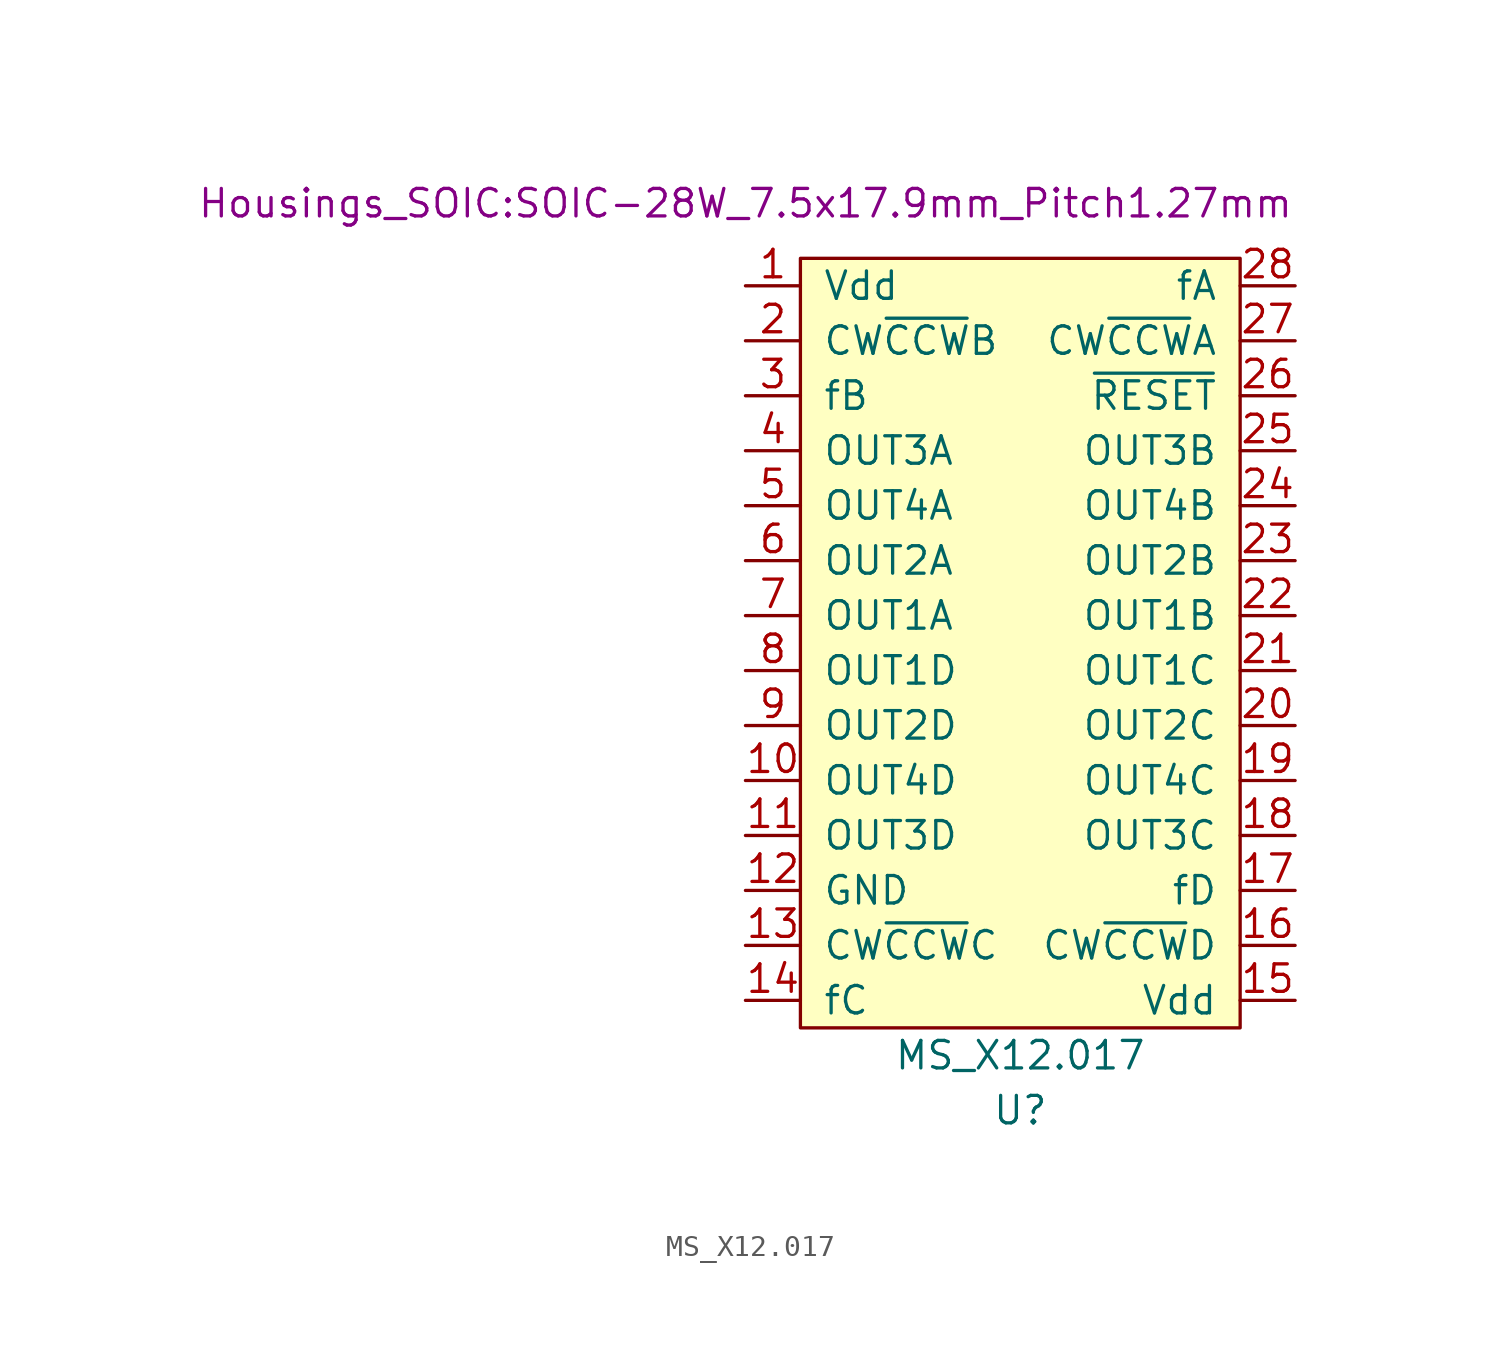
<source format=kicad_sym>
(kicad_symbol_lib
  (version 20211014)
  (generator kicad_symbol_editor)
  (symbol "MS_X12.017"
    (pin_names
      (offset 1.016))
    (property "Reference" "U"
      (at 12.7 -41.91 0)
      (effects (font (size 1.27 1.27))))
    (property "Value" "MS_X12.017"
      (at 12.7 -39.37 0)
      (effects (font (size 1.27 1.27))))
    (property "Footprint" "Housings_SOIC:SOIC-28W_7.5x17.9mm_Pitch1.27mm"
      (at 0 0 0)
      (effects (font (size 1.27 1.27))))
    (symbol "MS_X12.017_0_0"
      (pin power_in line (at 0 -3.81 0) (length 2.54) (name "Vdd" (effects (font (size 1.27 1.27)))) (number "1" (effects (font (size 1.27 1.27)))))
      (pin output line (at 0 -26.67 0) (length 2.54) (name "OUT4D" (effects (font (size 1.27 1.27)))) (number "10" (effects (font (size 1.27 1.27)))))
      (pin output line (at 0 -29.21 0) (length 2.54) (name "OUT3D" (effects (font (size 1.27 1.27)))) (number "11" (effects (font (size 1.27 1.27)))))
      (pin power_in line (at 0 -31.75 0) (length 2.54) (name "GND" (effects (font (size 1.27 1.27)))) (number "12" (effects (font (size 1.27 1.27)))))
      (pin input line (at 0 -34.29 0) (length 2.54) (name "CW~{CCW}C" (effects (font (size 1.27 1.27)))) (number "13" (effects (font (size 1.27 1.27)))))
      (pin input line (at 0 -36.83 0) (length 2.54) (name "fC" (effects (font (size 1.27 1.27)))) (number "14" (effects (font (size 1.27 1.27)))))
      (pin power_in line (at 25.4 -36.83 180) (length 2.54) (name "Vdd" (effects (font (size 1.27 1.27)))) (number "15" (effects (font (size 1.27 1.27)))))
      (pin input line (at 25.4 -34.29 180) (length 2.54) (name "CW~{CCW}D" (effects (font (size 1.27 1.27)))) (number "16" (effects (font (size 1.27 1.27)))))
      (pin input line (at 25.4 -31.75 180) (length 2.54) (name "fD" (effects (font (size 1.27 1.27)))) (number "17" (effects (font (size 1.27 1.27)))))
      (pin output line (at 25.4 -29.21 180) (length 2.54) (name "OUT3C" (effects (font (size 1.27 1.27)))) (number "18" (effects (font (size 1.27 1.27)))))
      (pin output line (at 25.4 -26.67 180) (length 2.54) (name "OUT4C" (effects (font (size 1.27 1.27)))) (number "19" (effects (font (size 1.27 1.27)))))
      (pin input line (at 0 -6.35 0) (length 2.54) (name "CW~{CCW}B" (effects (font (size 1.27 1.27)))) (number "2" (effects (font (size 1.27 1.27)))))
      (pin output line (at 25.4 -24.13 180) (length 2.54) (name "OUT2C" (effects (font (size 1.27 1.27)))) (number "20" (effects (font (size 1.27 1.27)))))
      (pin output line (at 25.4 -21.59 180) (length 2.54) (name "OUT1C" (effects (font (size 1.27 1.27)))) (number "21" (effects (font (size 1.27 1.27)))))
      (pin output line (at 25.4 -19.05 180) (length 2.54) (name "OUT1B" (effects (font (size 1.27 1.27)))) (number "22" (effects (font (size 1.27 1.27)))))
      (pin output line (at 25.4 -16.51 180) (length 2.54) (name "OUT2B" (effects (font (size 1.27 1.27)))) (number "23" (effects (font (size 1.27 1.27)))))
      (pin output line (at 25.4 -13.97 180) (length 2.54) (name "OUT4B" (effects (font (size 1.27 1.27)))) (number "24" (effects (font (size 1.27 1.27)))))
      (pin output line (at 25.4 -11.43 180) (length 2.54) (name "OUT3B" (effects (font (size 1.27 1.27)))) (number "25" (effects (font (size 1.27 1.27)))))
      (pin input line (at 25.4 -8.89 180) (length 2.54) (name "~{RESET}" (effects (font (size 1.27 1.27)))) (number "26" (effects (font (size 1.27 1.27)))))
      (pin input line (at 25.4 -6.35 180) (length 2.54) (name "CW~{CCW}A" (effects (font (size 1.27 1.27)))) (number "27" (effects (font (size 1.27 1.27)))))
      (pin input line (at 25.4 -3.81 180) (length 2.54) (name "fA" (effects (font (size 1.27 1.27)))) (number "28" (effects (font (size 1.27 1.27)))))
      (pin input line (at 0 -8.89 0) (length 2.54) (name "fB" (effects (font (size 1.27 1.27)))) (number "3" (effects (font (size 1.27 1.27)))))
      (pin output line (at 0 -11.43 0) (length 2.54) (name "OUT3A" (effects (font (size 1.27 1.27)))) (number "4" (effects (font (size 1.27 1.27)))))
      (pin output line (at 0 -13.97 0) (length 2.54) (name "OUT4A" (effects (font (size 1.27 1.27)))) (number "5" (effects (font (size 1.27 1.27)))))
      (pin output line (at 0 -16.51 0) (length 2.54) (name "OUT2A" (effects (font (size 1.27 1.27)))) (number "6" (effects (font (size 1.27 1.27)))))
      (pin output line (at 0 -19.05 0) (length 2.54) (name "OUT1A" (effects (font (size 1.27 1.27)))) (number "7" (effects (font (size 1.27 1.27)))))
      (pin output line (at 0 -21.59 0) (length 2.54) (name "OUT1D" (effects (font (size 1.27 1.27)))) (number "8" (effects (font (size 1.27 1.27)))))
      (pin output line (at 0 -24.13 0) (length 2.54) (name "OUT2D" (effects (font (size 1.27 1.27)))) (number "9" (effects (font (size 1.27 1.27))))))
    (symbol "MS_X12.017_0_1"
      (rectangle (start 2.54 -2.54) (end 22.86 -38.1) (stroke (width 0) (type default) (color 0 0 0 0)) (fill (type background))))))
</source>
